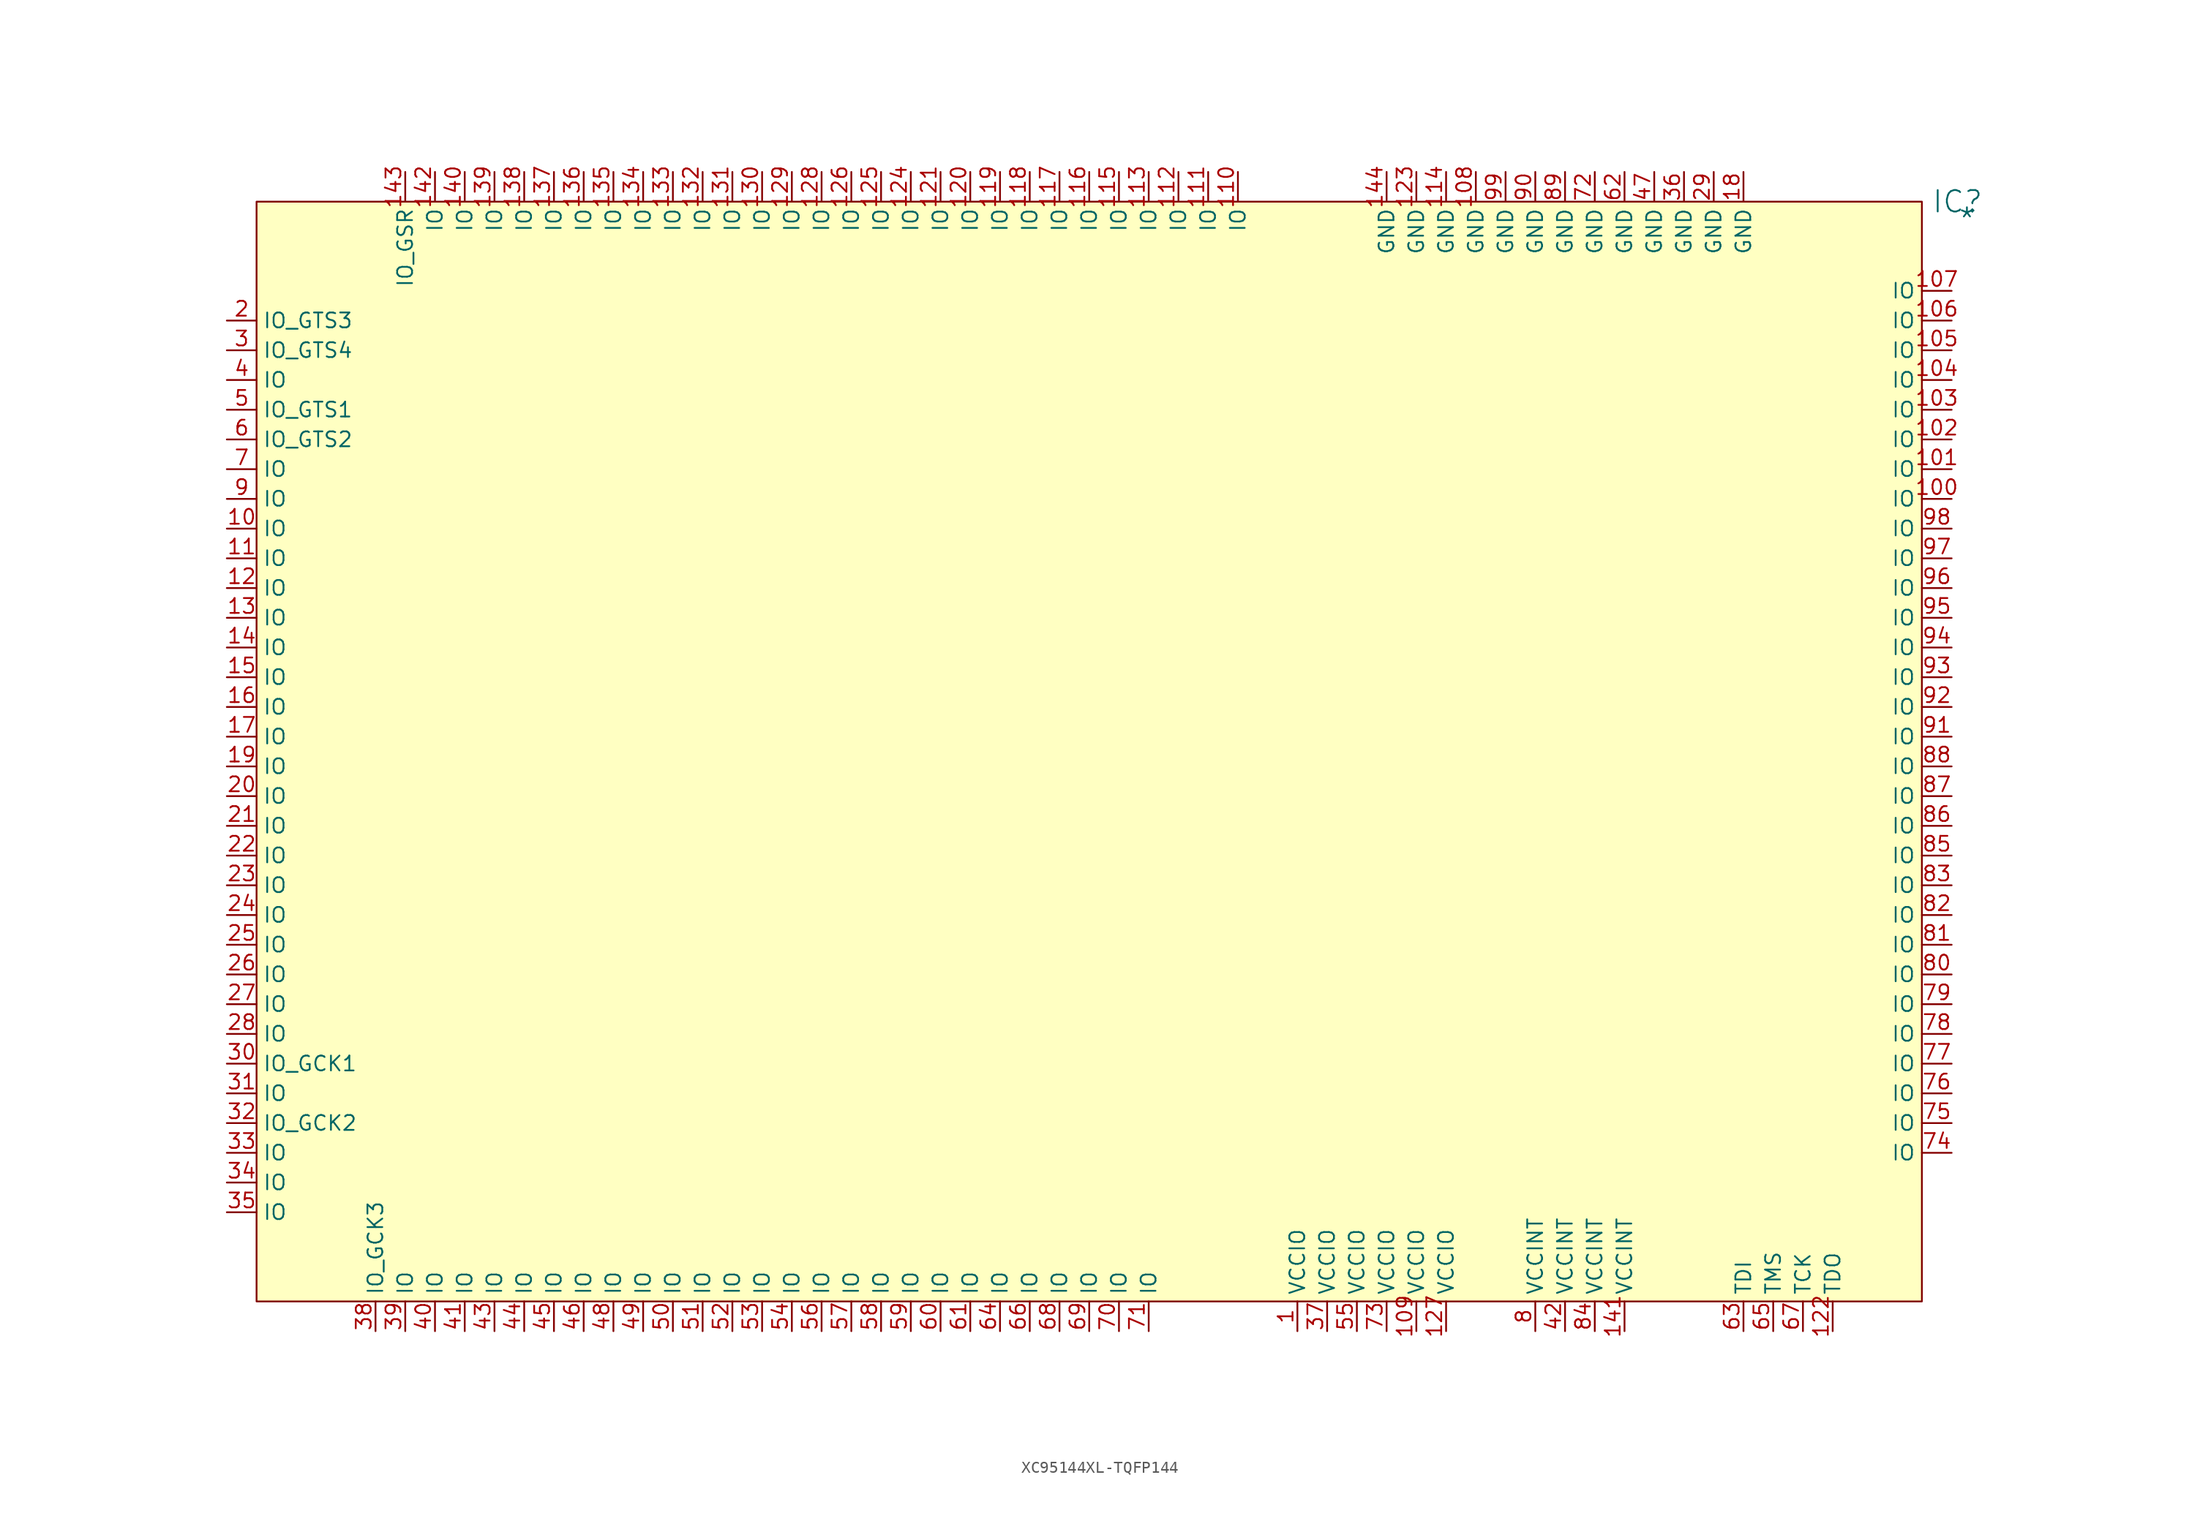
<source format=kicad_sym>
(kicad_symbol_lib
  (version 20241209)
  (generator "kicad_symbol_editor")
  (generator_version "9.0")
  (symbol "XC95144XL-TQFP144"
    (property "Reference" "IC"
      (at 145.288 0 0)
      (effects (font (size 1.829 1.829))))
    (property "Value" "*"
      (at 145.288 -2.54 0)
      (effects (font (size 1.829 1.829)) (justify left bottom)))
    (symbol "XC95144XL-TQFP144_1_0"
      (rectangle (start 142.24 0) (end 0 -93.98) (stroke (width 0) (type solid) (color 128 0 0 1)) (fill (type background)))
      (pin passive line (at -2.54 -10.16 0) (length 2.54) (name "IO_GTS3" (effects (font (size 1.27 1.27)))) (number "2" (effects (font (size 1.27 1.27)))))
      (pin passive line (at -2.54 -12.7 0) (length 2.54) (name "IO_GTS4" (effects (font (size 1.27 1.27)))) (number "3" (effects (font (size 1.27 1.27)))))
      (pin passive line (at -2.54 -15.24 0) (length 2.54) (name "IO" (effects (font (size 1.27 1.27)))) (number "4" (effects (font (size 1.27 1.27)))))
      (pin passive line (at -2.54 -17.78 0) (length 2.54) (name "IO_GTS1" (effects (font (size 1.27 1.27)))) (number "5" (effects (font (size 1.27 1.27)))))
      (pin passive line (at -2.54 -20.32 0) (length 2.54) (name "IO_GTS2" (effects (font (size 1.27 1.27)))) (number "6" (effects (font (size 1.27 1.27)))))
      (pin passive line (at -2.54 -22.86 0) (length 2.54) (name "IO" (effects (font (size 1.27 1.27)))) (number "7" (effects (font (size 1.27 1.27)))))
      (pin passive line (at -2.54 -25.4 0) (length 2.54) (name "IO" (effects (font (size 1.27 1.27)))) (number "9" (effects (font (size 1.27 1.27)))))
      (pin passive line (at -2.54 -27.94 0) (length 2.54) (name "IO" (effects (font (size 1.27 1.27)))) (number "10" (effects (font (size 1.27 1.27)))))
      (pin passive line (at -2.54 -30.48 0) (length 2.54) (name "IO" (effects (font (size 1.27 1.27)))) (number "11" (effects (font (size 1.27 1.27)))))
      (pin passive line (at -2.54 -33.02 0) (length 2.54) (name "IO" (effects (font (size 1.27 1.27)))) (number "12" (effects (font (size 1.27 1.27)))))
      (pin passive line (at -2.54 -35.56 0) (length 2.54) (name "IO" (effects (font (size 1.27 1.27)))) (number "13" (effects (font (size 1.27 1.27)))))
      (pin passive line (at -2.54 -38.1 0) (length 2.54) (name "IO" (effects (font (size 1.27 1.27)))) (number "14" (effects (font (size 1.27 1.27)))))
      (pin passive line (at -2.54 -40.64 0) (length 2.54) (name "IO" (effects (font (size 1.27 1.27)))) (number "15" (effects (font (size 1.27 1.27)))))
      (pin passive line (at -2.54 -43.18 0) (length 2.54) (name "IO" (effects (font (size 1.27 1.27)))) (number "16" (effects (font (size 1.27 1.27)))))
      (pin passive line (at -2.54 -45.72 0) (length 2.54) (name "IO" (effects (font (size 1.27 1.27)))) (number "17" (effects (font (size 1.27 1.27)))))
      (pin passive line (at -2.54 -48.26 0) (length 2.54) (name "IO" (effects (font (size 1.27 1.27)))) (number "19" (effects (font (size 1.27 1.27)))))
      (pin passive line (at -2.54 -50.8 0) (length 2.54) (name "IO" (effects (font (size 1.27 1.27)))) (number "20" (effects (font (size 1.27 1.27)))))
      (pin passive line (at -2.54 -53.34 0) (length 2.54) (name "IO" (effects (font (size 1.27 1.27)))) (number "21" (effects (font (size 1.27 1.27)))))
      (pin passive line (at -2.54 -55.88 0) (length 2.54) (name "IO" (effects (font (size 1.27 1.27)))) (number "22" (effects (font (size 1.27 1.27)))))
      (pin passive line (at -2.54 -58.42 0) (length 2.54) (name "IO" (effects (font (size 1.27 1.27)))) (number "23" (effects (font (size 1.27 1.27)))))
      (pin passive line (at -2.54 -60.96 0) (length 2.54) (name "IO" (effects (font (size 1.27 1.27)))) (number "24" (effects (font (size 1.27 1.27)))))
      (pin passive line (at -2.54 -63.5 0) (length 2.54) (name "IO" (effects (font (size 1.27 1.27)))) (number "25" (effects (font (size 1.27 1.27)))))
      (pin passive line (at -2.54 -66.04 0) (length 2.54) (name "IO" (effects (font (size 1.27 1.27)))) (number "26" (effects (font (size 1.27 1.27)))))
      (pin passive line (at -2.54 -68.58 0) (length 2.54) (name "IO" (effects (font (size 1.27 1.27)))) (number "27" (effects (font (size 1.27 1.27)))))
      (pin passive line (at -2.54 -71.12 0) (length 2.54) (name "IO" (effects (font (size 1.27 1.27)))) (number "28" (effects (font (size 1.27 1.27)))))
      (pin passive line (at -2.54 -73.66 0) (length 2.54) (name "IO_GCK1" (effects (font (size 1.27 1.27)))) (number "30" (effects (font (size 1.27 1.27)))))
      (pin passive line (at -2.54 -76.2 0) (length 2.54) (name "IO" (effects (font (size 1.27 1.27)))) (number "31" (effects (font (size 1.27 1.27)))))
      (pin passive line (at -2.54 -78.74 0) (length 2.54) (name "IO_GCK2" (effects (font (size 1.27 1.27)))) (number "32" (effects (font (size 1.27 1.27)))))
      (pin passive line (at -2.54 -81.28 0) (length 2.54) (name "IO" (effects (font (size 1.27 1.27)))) (number "33" (effects (font (size 1.27 1.27)))))
      (pin passive line (at -2.54 -83.82 0) (length 2.54) (name "IO" (effects (font (size 1.27 1.27)))) (number "34" (effects (font (size 1.27 1.27)))))
      (pin passive line (at -2.54 -86.36 0) (length 2.54) (name "IO" (effects (font (size 1.27 1.27)))) (number "35" (effects (font (size 1.27 1.27)))))
      (pin passive line (at 10.16 -96.52 90) (length 2.54) (name "IO_GCK3" (effects (font (size 1.27 1.27)))) (number "38" (effects (font (size 1.27 1.27)))))
      (pin passive line (at 12.7 2.54 270) (length 2.54) (name "IO_GSR" (effects (font (size 1.27 1.27)))) (number "143" (effects (font (size 1.27 1.27)))))
      (pin passive line (at 12.7 -96.52 90) (length 2.54) (name "IO" (effects (font (size 1.27 1.27)))) (number "39" (effects (font (size 1.27 1.27)))))
      (pin passive line (at 15.24 2.54 270) (length 2.54) (name "IO" (effects (font (size 1.27 1.27)))) (number "142" (effects (font (size 1.27 1.27)))))
      (pin passive line (at 15.24 -96.52 90) (length 2.54) (name "IO" (effects (font (size 1.27 1.27)))) (number "40" (effects (font (size 1.27 1.27)))))
      (pin passive line (at 17.78 2.54 270) (length 2.54) (name "IO" (effects (font (size 1.27 1.27)))) (number "140" (effects (font (size 1.27 1.27)))))
      (pin passive line (at 17.78 -96.52 90) (length 2.54) (name "IO" (effects (font (size 1.27 1.27)))) (number "41" (effects (font (size 1.27 1.27)))))
      (pin passive line (at 20.32 2.54 270) (length 2.54) (name "IO" (effects (font (size 1.27 1.27)))) (number "139" (effects (font (size 1.27 1.27)))))
      (pin passive line (at 20.32 -96.52 90) (length 2.54) (name "IO" (effects (font (size 1.27 1.27)))) (number "43" (effects (font (size 1.27 1.27)))))
      (pin passive line (at 22.86 2.54 270) (length 2.54) (name "IO" (effects (font (size 1.27 1.27)))) (number "138" (effects (font (size 1.27 1.27)))))
      (pin passive line (at 22.86 -96.52 90) (length 2.54) (name "IO" (effects (font (size 1.27 1.27)))) (number "44" (effects (font (size 1.27 1.27)))))
      (pin passive line (at 25.4 2.54 270) (length 2.54) (name "IO" (effects (font (size 1.27 1.27)))) (number "137" (effects (font (size 1.27 1.27)))))
      (pin passive line (at 25.4 -96.52 90) (length 2.54) (name "IO" (effects (font (size 1.27 1.27)))) (number "45" (effects (font (size 1.27 1.27)))))
      (pin passive line (at 27.94 2.54 270) (length 2.54) (name "IO" (effects (font (size 1.27 1.27)))) (number "136" (effects (font (size 1.27 1.27)))))
      (pin passive line (at 27.94 -96.52 90) (length 2.54) (name "IO" (effects (font (size 1.27 1.27)))) (number "46" (effects (font (size 1.27 1.27)))))
      (pin passive line (at 30.48 2.54 270) (length 2.54) (name "IO" (effects (font (size 1.27 1.27)))) (number "135" (effects (font (size 1.27 1.27)))))
      (pin passive line (at 30.48 -96.52 90) (length 2.54) (name "IO" (effects (font (size 1.27 1.27)))) (number "48" (effects (font (size 1.27 1.27)))))
      (pin passive line (at 33.02 2.54 270) (length 2.54) (name "IO" (effects (font (size 1.27 1.27)))) (number "134" (effects (font (size 1.27 1.27)))))
      (pin passive line (at 33.02 -96.52 90) (length 2.54) (name "IO" (effects (font (size 1.27 1.27)))) (number "49" (effects (font (size 1.27 1.27)))))
      (pin passive line (at 35.56 2.54 270) (length 2.54) (name "IO" (effects (font (size 1.27 1.27)))) (number "133" (effects (font (size 1.27 1.27)))))
      (pin passive line (at 35.56 -96.52 90) (length 2.54) (name "IO" (effects (font (size 1.27 1.27)))) (number "50" (effects (font (size 1.27 1.27)))))
      (pin passive line (at 38.1 2.54 270) (length 2.54) (name "IO" (effects (font (size 1.27 1.27)))) (number "132" (effects (font (size 1.27 1.27)))))
      (pin passive line (at 38.1 -96.52 90) (length 2.54) (name "IO" (effects (font (size 1.27 1.27)))) (number "51" (effects (font (size 1.27 1.27)))))
      (pin passive line (at 40.64 2.54 270) (length 2.54) (name "IO" (effects (font (size 1.27 1.27)))) (number "131" (effects (font (size 1.27 1.27)))))
      (pin passive line (at 40.64 -96.52 90) (length 2.54) (name "IO" (effects (font (size 1.27 1.27)))) (number "52" (effects (font (size 1.27 1.27)))))
      (pin passive line (at 43.18 2.54 270) (length 2.54) (name "IO" (effects (font (size 1.27 1.27)))) (number "130" (effects (font (size 1.27 1.27)))))
      (pin passive line (at 43.18 -96.52 90) (length 2.54) (name "IO" (effects (font (size 1.27 1.27)))) (number "53" (effects (font (size 1.27 1.27)))))
      (pin passive line (at 45.72 2.54 270) (length 2.54) (name "IO" (effects (font (size 1.27 1.27)))) (number "129" (effects (font (size 1.27 1.27)))))
      (pin passive line (at 45.72 -96.52 90) (length 2.54) (name "IO" (effects (font (size 1.27 1.27)))) (number "54" (effects (font (size 1.27 1.27)))))
      (pin passive line (at 48.26 2.54 270) (length 2.54) (name "IO" (effects (font (size 1.27 1.27)))) (number "128" (effects (font (size 1.27 1.27)))))
      (pin passive line (at 48.26 -96.52 90) (length 2.54) (name "IO" (effects (font (size 1.27 1.27)))) (number "56" (effects (font (size 1.27 1.27)))))
      (pin passive line (at 50.8 2.54 270) (length 2.54) (name "IO" (effects (font (size 1.27 1.27)))) (number "126" (effects (font (size 1.27 1.27)))))
      (pin passive line (at 50.8 -96.52 90) (length 2.54) (name "IO" (effects (font (size 1.27 1.27)))) (number "57" (effects (font (size 1.27 1.27)))))
      (pin passive line (at 53.34 2.54 270) (length 2.54) (name "IO" (effects (font (size 1.27 1.27)))) (number "125" (effects (font (size 1.27 1.27)))))
      (pin passive line (at 53.34 -96.52 90) (length 2.54) (name "IO" (effects (font (size 1.27 1.27)))) (number "58" (effects (font (size 1.27 1.27)))))
      (pin passive line (at 55.88 2.54 270) (length 2.54) (name "IO" (effects (font (size 1.27 1.27)))) (number "124" (effects (font (size 1.27 1.27)))))
      (pin passive line (at 55.88 -96.52 90) (length 2.54) (name "IO" (effects (font (size 1.27 1.27)))) (number "59" (effects (font (size 1.27 1.27)))))
      (pin passive line (at 58.42 2.54 270) (length 2.54) (name "IO" (effects (font (size 1.27 1.27)))) (number "121" (effects (font (size 1.27 1.27)))))
      (pin passive line (at 58.42 -96.52 90) (length 2.54) (name "IO" (effects (font (size 1.27 1.27)))) (number "60" (effects (font (size 1.27 1.27)))))
      (pin passive line (at 60.96 2.54 270) (length 2.54) (name "IO" (effects (font (size 1.27 1.27)))) (number "120" (effects (font (size 1.27 1.27)))))
      (pin passive line (at 60.96 -96.52 90) (length 2.54) (name "IO" (effects (font (size 1.27 1.27)))) (number "61" (effects (font (size 1.27 1.27)))))
      (pin passive line (at 63.5 2.54 270) (length 2.54) (name "IO" (effects (font (size 1.27 1.27)))) (number "119" (effects (font (size 1.27 1.27)))))
      (pin passive line (at 63.5 -96.52 90) (length 2.54) (name "IO" (effects (font (size 1.27 1.27)))) (number "64" (effects (font (size 1.27 1.27)))))
      (pin passive line (at 66.04 2.54 270) (length 2.54) (name "IO" (effects (font (size 1.27 1.27)))) (number "118" (effects (font (size 1.27 1.27)))))
      (pin passive line (at 66.04 -96.52 90) (length 2.54) (name "IO" (effects (font (size 1.27 1.27)))) (number "66" (effects (font (size 1.27 1.27)))))
      (pin passive line (at 68.58 2.54 270) (length 2.54) (name "IO" (effects (font (size 1.27 1.27)))) (number "117" (effects (font (size 1.27 1.27)))))
      (pin passive line (at 68.58 -96.52 90) (length 2.54) (name "IO" (effects (font (size 1.27 1.27)))) (number "68" (effects (font (size 1.27 1.27)))))
      (pin passive line (at 71.12 2.54 270) (length 2.54) (name "IO" (effects (font (size 1.27 1.27)))) (number "116" (effects (font (size 1.27 1.27)))))
      (pin passive line (at 71.12 -96.52 90) (length 2.54) (name "IO" (effects (font (size 1.27 1.27)))) (number "69" (effects (font (size 1.27 1.27)))))
      (pin passive line (at 73.66 2.54 270) (length 2.54) (name "IO" (effects (font (size 1.27 1.27)))) (number "115" (effects (font (size 1.27 1.27)))))
      (pin passive line (at 73.66 -96.52 90) (length 2.54) (name "IO" (effects (font (size 1.27 1.27)))) (number "70" (effects (font (size 1.27 1.27)))))
      (pin passive line (at 76.2 2.54 270) (length 2.54) (name "IO" (effects (font (size 1.27 1.27)))) (number "113" (effects (font (size 1.27 1.27)))))
      (pin passive line (at 76.2 -96.52 90) (length 2.54) (name "IO" (effects (font (size 1.27 1.27)))) (number "71" (effects (font (size 1.27 1.27)))))
      (pin passive line (at 78.74 2.54 270) (length 2.54) (name "IO" (effects (font (size 1.27 1.27)))) (number "112" (effects (font (size 1.27 1.27)))))
      (pin passive line (at 81.28 2.54 270) (length 2.54) (name "IO" (effects (font (size 1.27 1.27)))) (number "111" (effects (font (size 1.27 1.27)))))
      (pin passive line (at 83.82 2.54 270) (length 2.54) (name "IO" (effects (font (size 1.27 1.27)))) (number "110" (effects (font (size 1.27 1.27)))))
      (pin passive line (at 88.9 -96.52 90) (length 2.54) (name "VCCIO" (effects (font (size 1.27 1.27)))) (number "1" (effects (font (size 1.27 1.27)))))
      (pin passive line (at 91.44 -96.52 90) (length 2.54) (name "VCCIO" (effects (font (size 1.27 1.27)))) (number "37" (effects (font (size 1.27 1.27)))))
      (pin passive line (at 93.98 -96.52 90) (length 2.54) (name "VCCIO" (effects (font (size 1.27 1.27)))) (number "55" (effects (font (size 1.27 1.27)))))
      (pin passive line (at 96.52 2.54 270) (length 2.54) (name "GND" (effects (font (size 1.27 1.27)))) (number "144" (effects (font (size 1.27 1.27)))))
      (pin passive line (at 96.52 -96.52 90) (length 2.54) (name "VCCIO" (effects (font (size 1.27 1.27)))) (number "73" (effects (font (size 1.27 1.27)))))
      (pin passive line (at 99.06 2.54 270) (length 2.54) (name "GND" (effects (font (size 1.27 1.27)))) (number "123" (effects (font (size 1.27 1.27)))))
      (pin passive line (at 99.06 -96.52 90) (length 2.54) (name "VCCIO" (effects (font (size 1.27 1.27)))) (number "109" (effects (font (size 1.27 1.27)))))
      (pin passive line (at 101.6 2.54 270) (length 2.54) (name "GND" (effects (font (size 1.27 1.27)))) (number "114" (effects (font (size 1.27 1.27)))))
      (pin passive line (at 101.6 -96.52 90) (length 2.54) (name "VCCIO" (effects (font (size 1.27 1.27)))) (number "127" (effects (font (size 1.27 1.27)))))
      (pin passive line (at 104.14 2.54 270) (length 2.54) (name "GND" (effects (font (size 1.27 1.27)))) (number "108" (effects (font (size 1.27 1.27)))))
      (pin passive line (at 106.68 2.54 270) (length 2.54) (name "GND" (effects (font (size 1.27 1.27)))) (number "99" (effects (font (size 1.27 1.27)))))
      (pin passive line (at 109.22 2.54 270) (length 2.54) (name "GND" (effects (font (size 1.27 1.27)))) (number "90" (effects (font (size 1.27 1.27)))))
      (pin passive line (at 109.22 -96.52 90) (length 2.54) (name "VCCINT" (effects (font (size 1.27 1.27)))) (number "8" (effects (font (size 1.27 1.27)))))
      (pin passive line (at 111.76 2.54 270) (length 2.54) (name "GND" (effects (font (size 1.27 1.27)))) (number "89" (effects (font (size 1.27 1.27)))))
      (pin passive line (at 111.76 -96.52 90) (length 2.54) (name "VCCINT" (effects (font (size 1.27 1.27)))) (number "42" (effects (font (size 1.27 1.27)))))
      (pin passive line (at 114.3 2.54 270) (length 2.54) (name "GND" (effects (font (size 1.27 1.27)))) (number "72" (effects (font (size 1.27 1.27)))))
      (pin passive line (at 114.3 -96.52 90) (length 2.54) (name "VCCINT" (effects (font (size 1.27 1.27)))) (number "84" (effects (font (size 1.27 1.27)))))
      (pin passive line (at 116.84 2.54 270) (length 2.54) (name "GND" (effects (font (size 1.27 1.27)))) (number "62" (effects (font (size 1.27 1.27)))))
      (pin passive line (at 116.84 -96.52 90) (length 2.54) (name "VCCINT" (effects (font (size 1.27 1.27)))) (number "141" (effects (font (size 1.27 1.27)))))
      (pin passive line (at 119.38 2.54 270) (length 2.54) (name "GND" (effects (font (size 1.27 1.27)))) (number "47" (effects (font (size 1.27 1.27)))))
      (pin passive line (at 121.92 2.54 270) (length 2.54) (name "GND" (effects (font (size 1.27 1.27)))) (number "36" (effects (font (size 1.27 1.27)))))
      (pin passive line (at 124.46 2.54 270) (length 2.54) (name "GND" (effects (font (size 1.27 1.27)))) (number "29" (effects (font (size 1.27 1.27)))))
      (pin passive line (at 127 2.54 270) (length 2.54) (name "GND" (effects (font (size 1.27 1.27)))) (number "18" (effects (font (size 1.27 1.27)))))
      (pin passive line (at 127 -96.52 90) (length 2.54) (name "TDI" (effects (font (size 1.27 1.27)))) (number "63" (effects (font (size 1.27 1.27)))))
      (pin passive line (at 129.54 -96.52 90) (length 2.54) (name "TMS" (effects (font (size 1.27 1.27)))) (number "65" (effects (font (size 1.27 1.27)))))
      (pin passive line (at 132.08 -96.52 90) (length 2.54) (name "TCK" (effects (font (size 1.27 1.27)))) (number "67" (effects (font (size 1.27 1.27)))))
      (pin passive line (at 134.62 -96.52 90) (length 2.54) (name "TDO" (effects (font (size 1.27 1.27)))) (number "122" (effects (font (size 1.27 1.27)))))
      (pin passive line (at 144.78 -7.62 180) (length 2.54) (name "IO" (effects (font (size 1.27 1.27)))) (number "107" (effects (font (size 1.27 1.27)))))
      (pin passive line (at 144.78 -10.16 180) (length 2.54) (name "IO" (effects (font (size 1.27 1.27)))) (number "106" (effects (font (size 1.27 1.27)))))
      (pin passive line (at 144.78 -12.7 180) (length 2.54) (name "IO" (effects (font (size 1.27 1.27)))) (number "105" (effects (font (size 1.27 1.27)))))
      (pin passive line (at 144.78 -15.24 180) (length 2.54) (name "IO" (effects (font (size 1.27 1.27)))) (number "104" (effects (font (size 1.27 1.27)))))
      (pin passive line (at 144.78 -17.78 180) (length 2.54) (name "IO" (effects (font (size 1.27 1.27)))) (number "103" (effects (font (size 1.27 1.27)))))
      (pin passive line (at 144.78 -20.32 180) (length 2.54) (name "IO" (effects (font (size 1.27 1.27)))) (number "102" (effects (font (size 1.27 1.27)))))
      (pin passive line (at 144.78 -22.86 180) (length 2.54) (name "IO" (effects (font (size 1.27 1.27)))) (number "101" (effects (font (size 1.27 1.27)))))
      (pin passive line (at 144.78 -25.4 180) (length 2.54) (name "IO" (effects (font (size 1.27 1.27)))) (number "100" (effects (font (size 1.27 1.27)))))
      (pin passive line (at 144.78 -27.94 180) (length 2.54) (name "IO" (effects (font (size 1.27 1.27)))) (number "98" (effects (font (size 1.27 1.27)))))
      (pin passive line (at 144.78 -30.48 180) (length 2.54) (name "IO" (effects (font (size 1.27 1.27)))) (number "97" (effects (font (size 1.27 1.27)))))
      (pin passive line (at 144.78 -33.02 180) (length 2.54) (name "IO" (effects (font (size 1.27 1.27)))) (number "96" (effects (font (size 1.27 1.27)))))
      (pin passive line (at 144.78 -35.56 180) (length 2.54) (name "IO" (effects (font (size 1.27 1.27)))) (number "95" (effects (font (size 1.27 1.27)))))
      (pin passive line (at 144.78 -38.1 180) (length 2.54) (name "IO" (effects (font (size 1.27 1.27)))) (number "94" (effects (font (size 1.27 1.27)))))
      (pin passive line (at 144.78 -40.64 180) (length 2.54) (name "IO" (effects (font (size 1.27 1.27)))) (number "93" (effects (font (size 1.27 1.27)))))
      (pin passive line (at 144.78 -43.18 180) (length 2.54) (name "IO" (effects (font (size 1.27 1.27)))) (number "92" (effects (font (size 1.27 1.27)))))
      (pin passive line (at 144.78 -45.72 180) (length 2.54) (name "IO" (effects (font (size 1.27 1.27)))) (number "91" (effects (font (size 1.27 1.27)))))
      (pin passive line (at 144.78 -48.26 180) (length 2.54) (name "IO" (effects (font (size 1.27 1.27)))) (number "88" (effects (font (size 1.27 1.27)))))
      (pin passive line (at 144.78 -50.8 180) (length 2.54) (name "IO" (effects (font (size 1.27 1.27)))) (number "87" (effects (font (size 1.27 1.27)))))
      (pin passive line (at 144.78 -53.34 180) (length 2.54) (name "IO" (effects (font (size 1.27 1.27)))) (number "86" (effects (font (size 1.27 1.27)))))
      (pin passive line (at 144.78 -55.88 180) (length 2.54) (name "IO" (effects (font (size 1.27 1.27)))) (number "85" (effects (font (size 1.27 1.27)))))
      (pin passive line (at 144.78 -58.42 180) (length 2.54) (name "IO" (effects (font (size 1.27 1.27)))) (number "83" (effects (font (size 1.27 1.27)))))
      (pin passive line (at 144.78 -60.96 180) (length 2.54) (name "IO" (effects (font (size 1.27 1.27)))) (number "82" (effects (font (size 1.27 1.27)))))
      (pin passive line (at 144.78 -63.5 180) (length 2.54) (name "IO" (effects (font (size 1.27 1.27)))) (number "81" (effects (font (size 1.27 1.27)))))
      (pin passive line (at 144.78 -66.04 180) (length 2.54) (name "IO" (effects (font (size 1.27 1.27)))) (number "80" (effects (font (size 1.27 1.27)))))
      (pin passive line (at 144.78 -68.58 180) (length 2.54) (name "IO" (effects (font (size 1.27 1.27)))) (number "79" (effects (font (size 1.27 1.27)))))
      (pin passive line (at 144.78 -71.12 180) (length 2.54) (name "IO" (effects (font (size 1.27 1.27)))) (number "78" (effects (font (size 1.27 1.27)))))
      (pin passive line (at 144.78 -73.66 180) (length 2.54) (name "IO" (effects (font (size 1.27 1.27)))) (number "77" (effects (font (size 1.27 1.27)))))
      (pin passive line (at 144.78 -76.2 180) (length 2.54) (name "IO" (effects (font (size 1.27 1.27)))) (number "76" (effects (font (size 1.27 1.27)))))
      (pin passive line (at 144.78 -78.74 180) (length 2.54) (name "IO" (effects (font (size 1.27 1.27)))) (number "75" (effects (font (size 1.27 1.27)))))
      (pin passive line (at 144.78 -81.28 180) (length 2.54) (name "IO" (effects (font (size 1.27 1.27)))) (number "74" (effects (font (size 1.27 1.27))))))))
</source>
